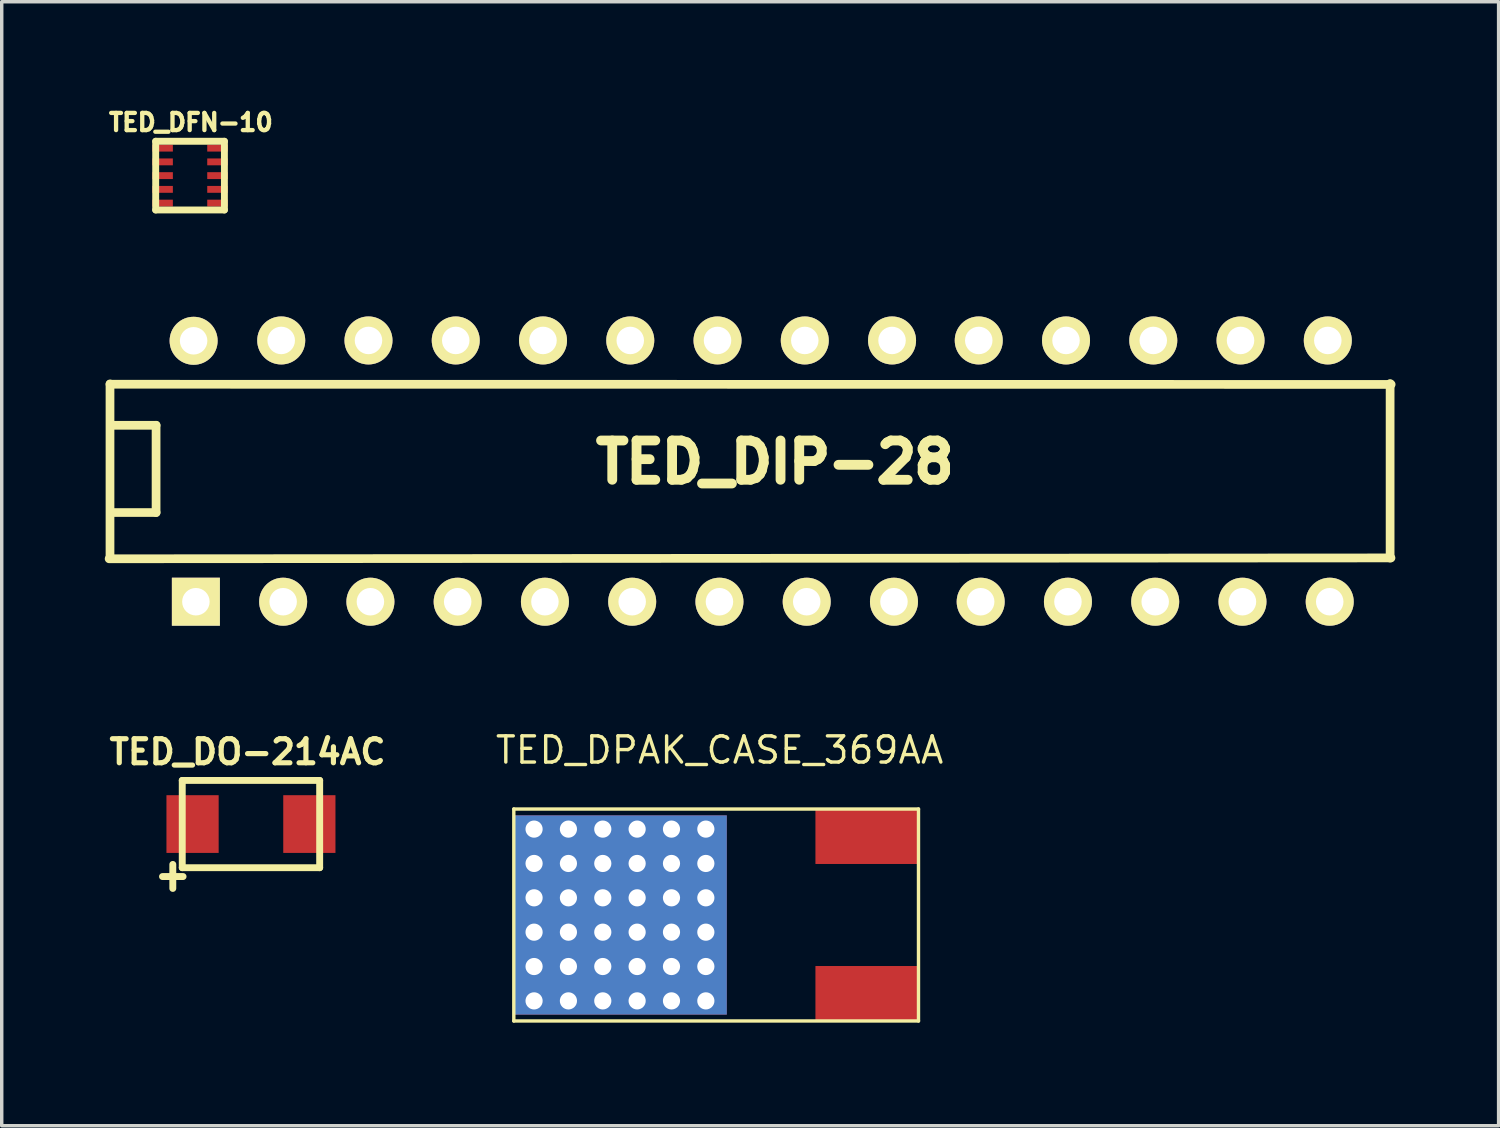
<source format=kicad_pcb>
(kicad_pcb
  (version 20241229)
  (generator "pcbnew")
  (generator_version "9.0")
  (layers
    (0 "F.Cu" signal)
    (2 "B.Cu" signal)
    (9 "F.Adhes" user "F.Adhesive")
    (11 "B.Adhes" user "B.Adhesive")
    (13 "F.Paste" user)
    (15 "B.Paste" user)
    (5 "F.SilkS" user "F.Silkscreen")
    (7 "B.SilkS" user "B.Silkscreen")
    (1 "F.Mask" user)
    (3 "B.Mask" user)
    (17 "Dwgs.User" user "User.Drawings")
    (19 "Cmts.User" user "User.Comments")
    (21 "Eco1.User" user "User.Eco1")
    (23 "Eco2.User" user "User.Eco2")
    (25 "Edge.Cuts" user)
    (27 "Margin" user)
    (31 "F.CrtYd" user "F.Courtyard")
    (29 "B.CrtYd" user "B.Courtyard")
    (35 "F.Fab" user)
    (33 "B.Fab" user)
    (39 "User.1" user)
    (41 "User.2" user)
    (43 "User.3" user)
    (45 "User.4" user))
  (footprint "TED_DO-214AC"
    (layer "F.Cu")
    (at 4.255 20.937)
    (property "Reference" "TED_DO-214AC" (at -0.1 -2.1 0) (layer "F.SilkS") (effects (font (size 0.7 0.7) (thickness 0.15))))
    (attr through_hole)
    (fp_line (start -2.575 1.528) (end -1.976 1.528) (stroke (width 0.201) (type solid)) (layer "F.SilkS"))
    (fp_line (start -2.275 1.175) (end -2.275 1.874) (stroke (width 0.201) (type solid)) (layer "F.SilkS"))
    (fp_line (start -2 -1.27) (end 2 -1.27) (stroke (width 0.201) (type solid)) (layer "F.SilkS"))
    (fp_line (start -2 1.27) (end -2 -1.27) (stroke (width 0.201) (type solid)) (layer "F.SilkS"))
    (fp_line (start 2 -1.27) (end 2 1.27) (stroke (width 0.201) (type solid)) (layer "F.SilkS"))
    (fp_line (start 2 1.27) (end -2 1.27) (stroke (width 0.201) (type solid)) (layer "F.SilkS"))
    (pad "1" smd rect (at -1.7 0) (size 1.52 1.68) (layers "F.Cu" "F.Mask" "F.Paste"))
    (pad "2" smd rect (at 1.7 0) (size 1.52 1.68) (layers "F.Cu" "F.Mask" "F.Paste")))
  (footprint "TED_DIP-28"
    (layer "F.Cu")
    (at 19.126 10.655)
    (property "Reference" "TED_DIP-28" (at 0.381 -0.254 0) (layer "F.SilkS") (effects (font (size 1.143 1.143) (thickness 0.287))))
    (attr through_hole)
    (fp_line (start -19.009 -2.459) (end -18.953 -2.459) (stroke (width 0.127) (type solid)) (layer "F.SilkS"))
    (fp_line (start -18.974 -2.52) (end 18.318 -2.515) (stroke (width 0.254) (type solid)) (layer "F.SilkS"))
    (fp_line (start -18.974 2.55) (end -18.974 -2.53) (stroke (width 0.254) (type solid)) (layer "F.SilkS"))
    (fp_line (start -18.903 -1.326) (end -17.633 -1.326) (stroke (width 0.254) (type solid)) (layer "F.SilkS"))
    (fp_line (start -17.633 -1.326) (end -17.633 1.214) (stroke (width 0.254) (type solid)) (layer "F.SilkS"))
    (fp_line (start -17.633 1.214) (end -18.903 1.214) (stroke (width 0.254) (type solid)) (layer "F.SilkS"))
    (fp_line (start 18.288 -2.54) (end 18.288 2.54) (stroke (width 0.254) (type solid)) (layer "F.SilkS"))
    (fp_line (start 18.313 2.535) (end -18.999 2.56) (stroke (width 0.254) (type solid)) (layer "F.SilkS"))
    (pad "1" thru_hole rect (at -16.474 3.81) (size 1.397 1.397) (drill 0.8) (layers "*.Mask" "B.Cu" "F.SilkS"))
    (pad "2" thru_hole circle (at -13.934 3.81) (size 1.397 1.397) (drill 0.8) (layers "*.Mask" "B.Cu" "F.SilkS"))
    (pad "3" thru_hole circle (at -11.394 3.81) (size 1.397 1.397) (drill 0.8) (layers "*.Mask" "B.Cu" "F.SilkS"))
    (pad "4" thru_hole circle (at -8.854 3.81) (size 1.397 1.397) (drill 0.8) (layers "*.Mask" "B.Cu" "F.SilkS"))
    (pad "5" thru_hole circle (at -6.314 3.81) (size 1.397 1.397) (drill 0.8) (layers "*.Mask" "B.Cu" "F.SilkS"))
    (pad "6" thru_hole circle (at -3.774 3.81) (size 1.397 1.397) (drill 0.8) (layers "*.Mask" "B.Cu" "F.SilkS"))
    (pad "7" thru_hole circle (at -1.234 3.81) (size 1.397 1.397) (drill 0.8) (layers "*.Mask" "B.Cu" "F.SilkS"))
    (pad "8" thru_hole circle (at 1.306 3.81) (size 1.397 1.397) (drill 0.8) (layers "*.Mask" "B.Cu" "F.SilkS"))
    (pad "9" thru_hole circle (at 3.846 3.81) (size 1.397 1.397) (drill 0.8) (layers "*.Mask" "B.Cu" "F.SilkS"))
    (pad "10" thru_hole circle (at 6.37 3.81) (size 1.397 1.397) (drill 0.8) (layers "*.Mask" "B.Cu" "F.SilkS"))
    (pad "11" thru_hole circle (at 8.91 3.81) (size 1.397 1.397) (drill 0.8) (layers "*.Mask" "B.Cu" "F.SilkS"))
    (pad "12" thru_hole circle (at 11.45 3.81) (size 1.397 1.397) (drill 0.8) (layers "*.Mask" "B.Cu" "F.SilkS"))
    (pad "13" thru_hole circle (at 13.99 3.81) (size 1.397 1.397) (drill 0.8) (layers "*.Mask" "B.Cu" "F.SilkS"))
    (pad "14" thru_hole circle (at 16.53 3.81) (size 1.397 1.397) (drill 0.8) (layers "*.Mask" "B.Cu" "F.SilkS"))
    (pad "15" thru_hole circle (at 16.474 -3.795) (size 1.397 1.397) (drill 0.8) (layers "*.Mask" "B.Cu" "F.SilkS"))
    (pad "16" thru_hole circle (at 13.934 -3.795) (size 1.397 1.397) (drill 0.8) (layers "*.Mask" "B.Cu" "F.SilkS"))
    (pad "17" thru_hole circle (at 11.394 -3.795) (size 1.397 1.397) (drill 0.8) (layers "*.Mask" "B.Cu" "F.SilkS"))
    (pad "18" thru_hole circle (at 8.854 -3.795) (size 1.397 1.397) (drill 0.8) (layers "*.Mask" "B.Cu" "F.SilkS"))
    (pad "19" thru_hole circle (at 6.314 -3.795) (size 1.397 1.397) (drill 0.8) (layers "*.Mask" "B.Cu" "F.SilkS"))
    (pad "20" thru_hole circle (at 3.79 -3.795) (size 1.397 1.397) (drill 0.8) (layers "*.Mask" "B.Cu" "F.SilkS"))
    (pad "21" thru_hole circle (at 1.25 -3.795) (size 1.397 1.397) (drill 0.8) (layers "*.Mask" "B.Cu" "F.SilkS"))
    (pad "22" thru_hole circle (at -1.29 -3.795) (size 1.397 1.397) (drill 0.8) (layers "*.Mask" "B.Cu" "F.SilkS"))
    (pad "23" thru_hole circle (at -3.83 -3.795) (size 1.397 1.397) (drill 0.8) (layers "*.Mask" "B.Cu" "F.SilkS"))
    (pad "24" thru_hole circle (at -6.37 -3.795) (size 1.397 1.397) (drill 0.8) (layers "*.Mask" "B.Cu" "F.SilkS"))
    (pad "25" thru_hole circle (at -8.91 -3.795) (size 1.397 1.397) (drill 0.8) (layers "*.Mask" "B.Cu" "F.SilkS"))
    (pad "26" thru_hole circle (at -11.45 -3.795) (size 1.397 1.397) (drill 0.8) (layers "*.Mask" "B.Cu" "F.SilkS"))
    (pad "27" thru_hole circle (at -13.99 -3.795) (size 1.397 1.397) (drill 0.8) (layers "*.Mask" "B.Cu" "F.SilkS"))
    (pad "28" thru_hole circle (at -16.54 -3.785) (size 1.397 1.397) (drill 0.8) (layers "*.Mask" "B.Cu" "F.SilkS")))
  (footprint "TED_DFN-10"
    (layer "F.Cu")
    (at 2.482 2.062)
    (property "Reference" "TED_DFN-10" (at 0.025 -1.55 0) (layer "F.SilkS") (effects (font (size 0.5 0.5) (thickness 0.125))))
    (attr through_hole)
    (fp_line (start -1 -1) (end 1 -1) (stroke (width 0.201) (type solid)) (layer "F.SilkS"))
    (fp_line (start -1 1) (end -1 -1) (stroke (width 0.201) (type solid)) (layer "F.SilkS"))
    (fp_line (start 1 -1) (end 1 1) (stroke (width 0.201) (type solid)) (layer "F.SilkS"))
    (fp_line (start 1 1) (end -1 1) (stroke (width 0.201) (type solid)) (layer "F.SilkS"))
    (pad "1" smd rect (at -0.8 -0.8 270) (size 0.2 0.6) (layers "F.Cu" "F.Mask" "F.Paste"))
    (pad "2" smd rect (at -0.8 -0.4 270) (size 0.2 0.6) (layers "F.Cu" "F.Mask" "F.Paste"))
    (pad "3" smd rect (at -0.8 0 270) (size 0.2 0.6) (layers "F.Cu" "F.Mask" "F.Paste"))
    (pad "4" smd rect (at -0.8 0.4 270) (size 0.2 0.6) (layers "F.Cu" "F.Mask" "F.Paste"))
    (pad "5" smd rect (at -0.8 0.8 270) (size 0.2 0.6) (layers "F.Cu" "F.Mask" "F.Paste"))
    (pad "6" smd rect (at 0.8 0.8 270) (size 0.2 0.6) (layers "F.Cu" "F.Mask" "F.Paste"))
    (pad "7" smd rect (at 0.8 0.4 270) (size 0.2 0.6) (layers "F.Cu" "F.Mask" "F.Paste"))
    (pad "8" smd rect (at 0.8 0 270) (size 0.2 0.6) (layers "F.Cu" "F.Mask" "F.Paste"))
    (pad "9" smd rect (at 0.8 -0.4 270) (size 0.2 0.6) (layers "F.Cu" "F.Mask" "F.Paste"))
    (pad "10" smd rect (at 0.8 -0.8 270) (size 0.2 0.6) (layers "F.Cu" "F.Mask" "F.Paste")))
  (footprint "TED_DPAK_CASE_369AA"
    (layer "F.Cu")
    (at 17.796 23.584)
    (property "Reference" "TED_DPAK_CASE_369AA" (at 0.1 -4.8 0) (layer "F.SilkS") (effects (font (size 0.762 0.762) (thickness 0.099))))
    (attr through_hole)
    (fp_line (start -5.89 -3.085) (end 5.89 -3.085) (stroke (width 0.099) (type solid)) (layer "F.SilkS"))
    (fp_line (start -5.89 3.085) (end -5.89 -3.085) (stroke (width 0.099) (type solid)) (layer "F.SilkS"))
    (fp_line (start 5.89 -3.085) (end 5.89 3.085) (stroke (width 0.099) (type solid)) (layer "F.SilkS"))
    (fp_line (start 5.89 3.085) (end -5.89 3.085) (stroke (width 0.099) (type solid)) (layer "F.SilkS"))
    (pad "1" smd rect (at 4.39 2.285) (size 3 1.6) (layers "F.Cu" "F.Mask" "F.Paste"))
    (pad "2" thru_hole circle (at -5.3 -2.5) (size 0.5 0.5) (drill 0.5) (layers "*.Cu"))
    (pad "2" thru_hole circle (at -5.3 -1.5) (size 0.5 0.5) (drill 0.5) (layers "*.Cu"))
    (pad "2" thru_hole circle (at -5.3 -0.5) (size 0.5 0.5) (drill 0.5) (layers "*.Cu"))
    (pad "2" thru_hole circle (at -5.3 0.5) (size 0.5 0.5) (drill 0.5) (layers "*.Cu"))
    (pad "2" thru_hole circle (at -5.3 1.5) (size 0.5 0.5) (drill 0.5) (layers "*.Cu"))
    (pad "2" thru_hole circle (at -5.3 2.5) (size 0.5 0.5) (drill 0.5) (layers "*.Cu"))
    (pad "2" thru_hole circle (at -4.3 -2.5) (size 0.5 0.5) (drill 0.5) (layers "*.Cu"))
    (pad "2" thru_hole circle (at -4.3 -1.5) (size 0.5 0.5) (drill 0.5) (layers "*.Cu"))
    (pad "2" thru_hole circle (at -4.3 -0.5) (size 0.5 0.5) (drill 0.5) (layers "*.Cu"))
    (pad "2" thru_hole circle (at -4.3 0.5) (size 0.5 0.5) (drill 0.5) (layers "*.Cu"))
    (pad "2" thru_hole circle (at -4.3 1.5) (size 0.5 0.5) (drill 0.5) (layers "*.Cu"))
    (pad "2" thru_hole circle (at -4.3 2.5) (size 0.5 0.5) (drill 0.5) (layers "*.Cu"))
    (pad "2" thru_hole circle (at -3.3 -2.5) (size 0.5 0.5) (drill 0.5) (layers "*.Cu"))
    (pad "2" thru_hole circle (at -3.3 -1.5) (size 0.5 0.5) (drill 0.5) (layers "*.Cu"))
    (pad "2" thru_hole circle (at -3.3 -0.5) (size 0.5 0.5) (drill 0.5) (layers "*.Cu"))
    (pad "2" thru_hole circle (at -3.3 0.5) (size 0.5 0.5) (drill 0.5) (layers "*.Cu"))
    (pad "2" thru_hole circle (at -3.3 1.5) (size 0.5 0.5) (drill 0.5) (layers "*.Cu"))
    (pad "2" thru_hole circle (at -3.3 2.5) (size 0.5 0.5) (drill 0.5) (layers "*.Cu"))
    (pad "2" smd rect (at -2.79 0) (size 6.2 5.8) (layers "F.Cu" "F.Mask" "F.Paste"))
    (pad "2" smd rect (at -2.79 0) (size 6.2 5.8) (layers "B.Cu"))
    (pad "2" thru_hole circle (at -2.3 -2.5) (size 0.5 0.5) (drill 0.5) (layers "*.Cu"))
    (pad "2" thru_hole circle (at -2.3 -1.5) (size 0.5 0.5) (drill 0.5) (layers "*.Cu"))
    (pad "2" thru_hole circle (at -2.3 -0.5) (size 0.5 0.5) (drill 0.5) (layers "*.Cu"))
    (pad "2" thru_hole circle (at -2.3 0.5) (size 0.5 0.5) (drill 0.5) (layers "*.Cu"))
    (pad "2" thru_hole circle (at -2.3 1.5) (size 0.5 0.5) (drill 0.5) (layers "*.Cu"))
    (pad "2" thru_hole circle (at -2.3 2.5) (size 0.5 0.5) (drill 0.5) (layers "*.Cu"))
    (pad "2" thru_hole circle (at -1.3 -2.5) (size 0.5 0.5) (drill 0.5) (layers "*.Cu"))
    (pad "2" thru_hole circle (at -1.3 -1.5) (size 0.5 0.5) (drill 0.5) (layers "*.Cu"))
    (pad "2" thru_hole circle (at -1.3 -0.5) (size 0.5 0.5) (drill 0.5) (layers "*.Cu"))
    (pad "2" thru_hole circle (at -1.3 0.5) (size 0.5 0.5) (drill 0.5) (layers "*.Cu"))
    (pad "2" thru_hole circle (at -1.3 1.5) (size 0.5 0.5) (drill 0.5) (layers "*.Cu"))
    (pad "2" thru_hole circle (at -1.3 2.5) (size 0.5 0.5) (drill 0.5) (layers "*.Cu"))
    (pad "2" thru_hole circle (at -0.3 -2.5) (size 0.5 0.5) (drill 0.5) (layers "*.Cu"))
    (pad "2" thru_hole circle (at -0.3 -1.5) (size 0.5 0.5) (drill 0.5) (layers "*.Cu"))
    (pad "2" thru_hole circle (at -0.3 -0.5) (size 0.5 0.5) (drill 0.5) (layers "*.Cu"))
    (pad "2" thru_hole circle (at -0.3 0.5) (size 0.5 0.5) (drill 0.5) (layers "*.Cu"))
    (pad "2" thru_hole circle (at -0.3 1.5) (size 0.5 0.5) (drill 0.5) (layers "*.Cu"))
    (pad "2" thru_hole circle (at -0.3 2.5) (size 0.5 0.5) (drill 0.5) (layers "*.Cu"))
    (pad "3" smd rect (at 4.39 -2.285) (size 3 1.6) (layers "F.Cu" "F.Mask" "F.Paste")))
  (gr_rect
    (start -3 -3)
    (end 40.572 29.718)
    (stroke (width 0.1) (type default))
    (fill no)
    (layer "Edge.Cuts")))
</source>
